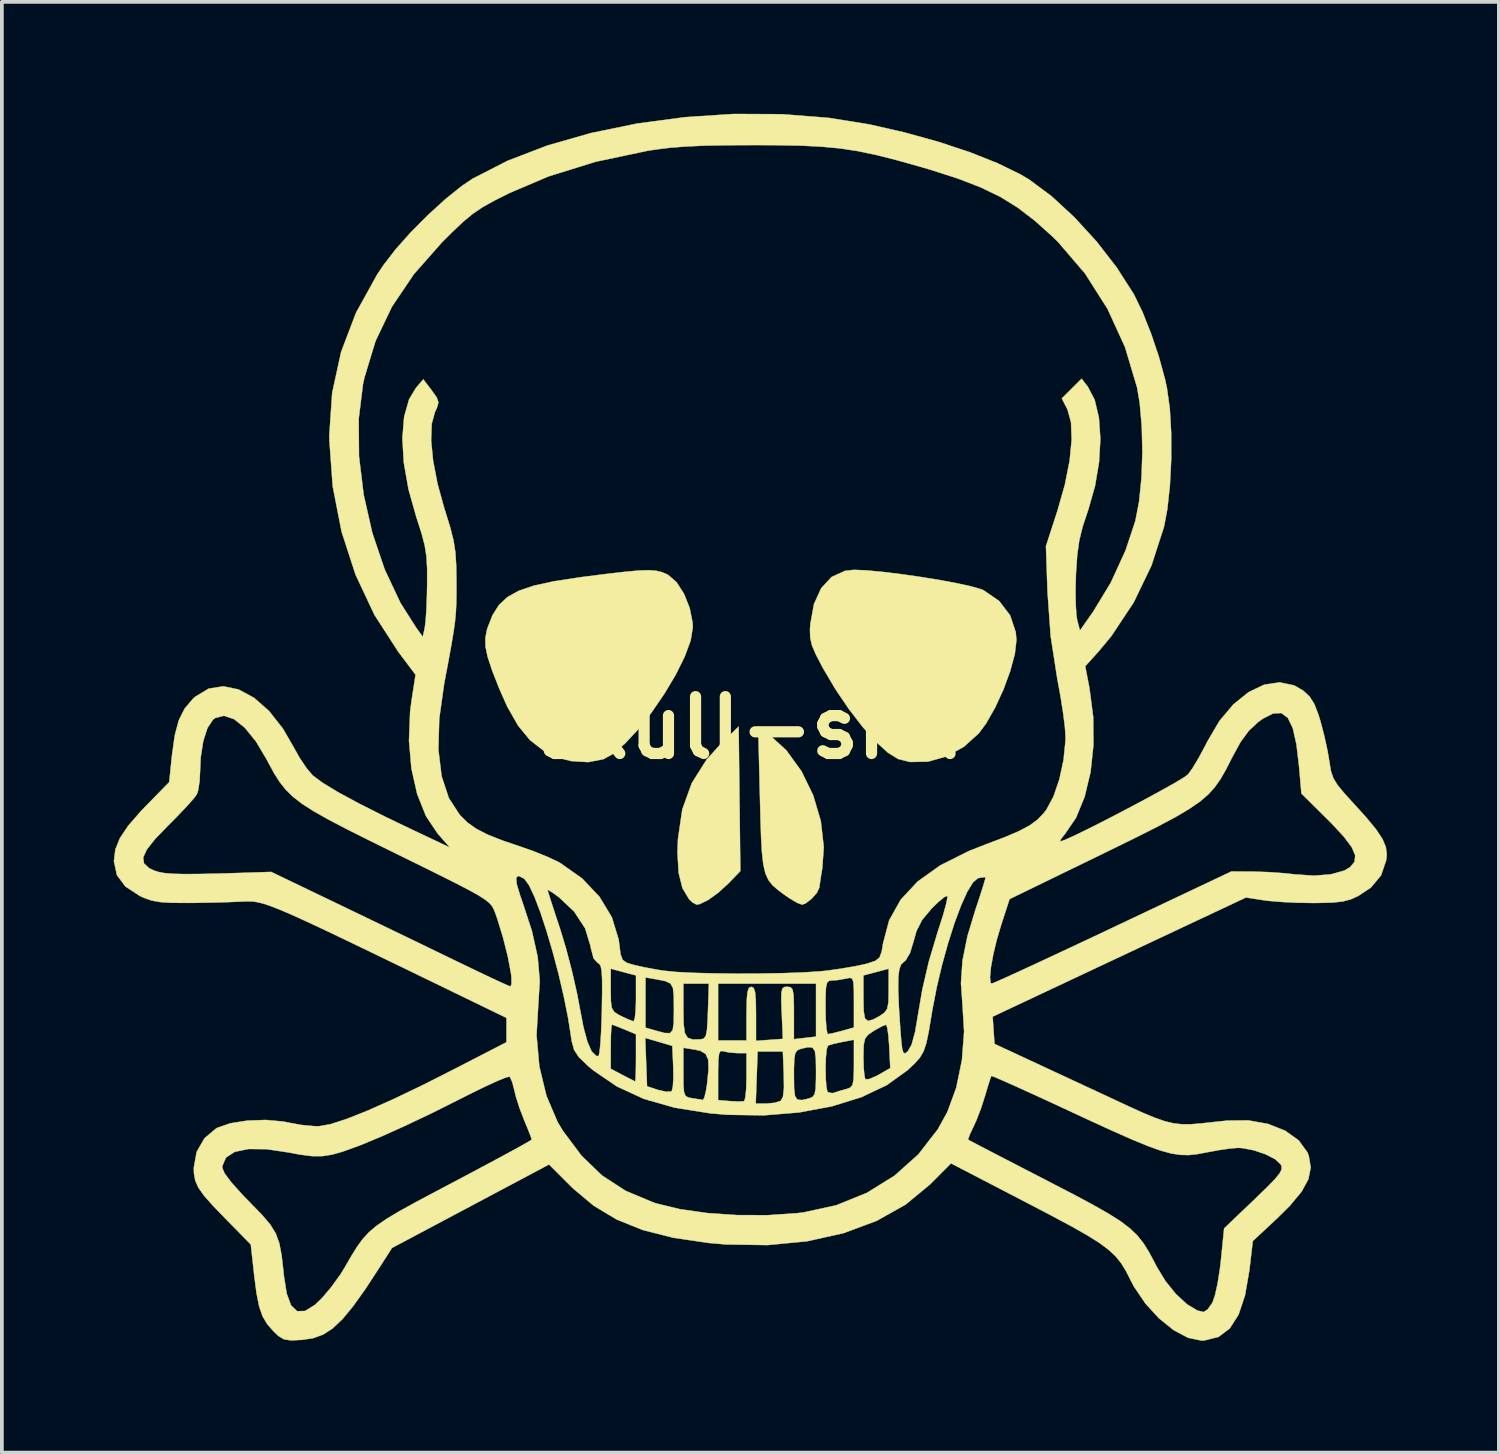
<source format=kicad_pcb>
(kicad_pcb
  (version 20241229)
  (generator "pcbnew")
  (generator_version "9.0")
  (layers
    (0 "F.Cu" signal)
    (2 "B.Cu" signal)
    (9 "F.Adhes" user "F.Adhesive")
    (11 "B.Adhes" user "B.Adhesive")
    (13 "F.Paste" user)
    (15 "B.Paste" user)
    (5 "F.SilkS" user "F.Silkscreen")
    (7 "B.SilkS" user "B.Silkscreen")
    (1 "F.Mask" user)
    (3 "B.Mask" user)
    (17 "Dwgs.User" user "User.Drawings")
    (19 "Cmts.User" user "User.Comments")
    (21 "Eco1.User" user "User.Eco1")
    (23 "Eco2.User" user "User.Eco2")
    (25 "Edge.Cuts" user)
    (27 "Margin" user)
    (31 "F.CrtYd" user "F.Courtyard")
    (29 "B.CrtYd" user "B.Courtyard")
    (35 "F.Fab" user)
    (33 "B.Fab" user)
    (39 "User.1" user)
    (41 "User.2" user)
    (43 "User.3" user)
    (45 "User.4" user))
  (footprint "skull-silk"
    (layer "F.Cu")
    (at 17.046 16.458)
    (property "Reference" "skull-silk" (at 0 0 0) (layer "F.SilkS") (effects (font (size 1.524 1.524) (thickness 0.3))))
    (attr through_hole)
    (fp_poly (pts (xy -0.251 3.842) (xy -0.57 4.172) (xy -0.846 4.424) (xy -1.119 4.62) (xy -1.346 4.728) (xy -1.422 4.741) (xy -1.532 4.684) (xy -1.627 4.593) (xy -1.802 4.3) (xy -1.904 3.895) (xy -1.936 3.363) (xy -1.923 2.984) (xy -1.807 2.189) (xy -1.553 1.484) (xy -1.154 0.852) (xy -0.784 0.443) (xy -0.296 -0.034) (xy -0.251 3.842)) (stroke (width 0.01) (type solid)) (fill yes) (layer "F.SilkS"))
    (fp_poly (pts (xy 0.491 0.157) (xy 0.98 0.602) (xy 1.389 1.166) (xy 1.703 1.813) (xy 1.907 2.504) (xy 1.986 3.202) (xy 1.945 3.768) (xy 1.902 4.029) (xy 1.874 4.225) (xy 1.868 4.281) (xy 1.801 4.423) (xy 1.656 4.587) (xy 1.494 4.711) (xy 1.406 4.741) (xy 1.278 4.695) (xy 1.073 4.575) (xy 0.947 4.489) (xy 0.757 4.348) (xy 0.61 4.219) (xy 0.5 4.078) (xy 0.421 3.902) (xy 0.365 3.666) (xy 0.329 3.349) (xy 0.305 2.926) (xy 0.287 2.373) (xy 0.275 1.892) (xy 0.228 -0.03) (xy 0.491 0.157)) (stroke (width 0.01) (type solid)) (fill yes) (layer "F.SilkS"))
    (fp_poly (pts (xy 3.13 -4.219) (xy 3.563 -4.178) (xy 4.059 -4.118) (xy 4.581 -4.043) (xy 5.093 -3.96) (xy 5.558 -3.873) (xy 5.94 -3.789) (xy 6.204 -3.713) (xy 6.265 -3.688) (xy 6.686 -3.399) (xy 6.98 -3.015) (xy 7.132 -2.561) (xy 7.15 -2.349) (xy 7.107 -1.978) (xy 6.983 -1.519) (xy 6.801 -1.023) (xy 6.578 -0.538) (xy 6.336 -0.114) (xy 6.142 0.148) (xy 5.737 0.512) (xy 5.27 0.769) (xy 4.777 0.908) (xy 4.296 0.917) (xy 3.979 0.837) (xy 3.708 0.67) (xy 3.383 0.375) (xy 3.027 -0.024) (xy 2.659 -0.501) (xy 2.299 -1.032) (xy 1.968 -1.592) (xy 1.945 -1.634) (xy 1.771 -1.968) (xy 1.669 -2.21) (xy 1.622 -2.414) (xy 1.616 -2.633) (xy 1.625 -2.777) (xy 1.722 -3.315) (xy 1.916 -3.741) (xy 2.197 -4.043) (xy 2.555 -4.206) (xy 2.794 -4.233) (xy 3.13 -4.219)) (stroke (width 0.01) (type solid)) (fill yes) (layer "F.SilkS"))
    (fp_poly (pts (xy -2.51 -4.209) (xy -2.357 -4.173) (xy -2.222 -4.116) (xy -2.191 -4.101) (xy -1.962 -3.904) (xy -1.76 -3.589) (xy -1.608 -3.207) (xy -1.53 -2.81) (xy -1.525 -2.693) (xy -1.582 -2.341) (xy -1.742 -1.907) (xy -1.983 -1.421) (xy -2.285 -0.915) (xy -2.626 -0.417) (xy -2.986 0.039) (xy -3.344 0.424) (xy -3.679 0.708) (xy -3.921 0.842) (xy -4.329 0.921) (xy -4.791 0.892) (xy -5.101 0.811) (xy -5.529 0.611) (xy -5.892 0.329) (xy -6.209 -0.058) (xy -6.502 -0.573) (xy -6.717 -1.058) (xy -6.904 -1.535) (xy -7.023 -1.895) (xy -7.082 -2.174) (xy -7.086 -2.405) (xy -7.043 -2.625) (xy -7.026 -2.681) (xy -6.894 -3.018) (xy -6.724 -3.288) (xy -6.495 -3.503) (xy -6.186 -3.674) (xy -5.776 -3.812) (xy -5.243 -3.927) (xy -4.566 -4.031) (xy -4.403 -4.053) (xy -3.79 -4.13) (xy -3.319 -4.184) (xy -2.965 -4.215) (xy -2.704 -4.223) (xy -2.51 -4.209)) (stroke (width 0.01) (type solid)) (fill yes) (layer "F.SilkS"))
    (fp_poly (pts (xy 0.863 -16.447) (xy 2.122 -16.348) (xy 3.196 -16.176) (xy 4.152 -15.958) (xy 5.064 -15.705) (xy 5.904 -15.427) (xy 6.644 -15.133) (xy 7.256 -14.834) (xy 7.489 -14.696) (xy 8.089 -14.251) (xy 8.704 -13.683) (xy 9.299 -13.033) (xy 9.837 -12.339) (xy 10.285 -11.641) (xy 10.308 -11.599) (xy 10.533 -11.136) (xy 10.759 -10.566) (xy 10.966 -9.952) (xy 11.13 -9.355) (xy 11.185 -9.102) (xy 11.261 -8.554) (xy 11.298 -7.9) (xy 11.299 -7.196) (xy 11.264 -6.497) (xy 11.195 -5.86) (xy 11.107 -5.393) (xy 10.771 -4.352) (xy 10.295 -3.363) (xy 9.698 -2.462) (xy 9.357 -2.051) (xy 8.994 -1.648) (xy 9.108 -1.057) (xy 9.207 -0.296) (xy 9.214 0.462) (xy 9.137 1.187) (xy 8.979 1.848) (xy 8.747 2.414) (xy 8.445 2.855) (xy 8.442 2.857) (xy 8.338 2.989) (xy 8.323 3.048) (xy 8.326 3.048) (xy 8.442 3.009) (xy 8.678 2.903) (xy 9.008 2.743) (xy 9.405 2.544) (xy 9.841 2.319) (xy 10.288 2.084) (xy 10.72 1.853) (xy 11.109 1.64) (xy 11.429 1.459) (xy 11.651 1.324) (xy 11.745 1.255) (xy 11.868 1.087) (xy 12.032 0.814) (xy 12.208 0.487) (xy 12.266 0.371) (xy 12.592 -0.183) (xy 12.966 -0.627) (xy 13.371 -0.954) (xy 13.79 -1.154) (xy 14.205 -1.217) (xy 14.598 -1.135) (xy 14.839 -0.994) (xy 15.009 -0.836) (xy 15.137 -0.634) (xy 15.25 -0.338) (xy 15.305 -0.155) (xy 15.405 0.229) (xy 15.491 0.626) (xy 15.542 0.93) (xy 15.58 1.162) (xy 15.645 1.351) (xy 15.76 1.539) (xy 15.953 1.771) (xy 16.151 1.989) (xy 16.525 2.401) (xy 16.79 2.723) (xy 16.96 2.978) (xy 17.051 3.193) (xy 17.077 3.393) (xy 17.062 3.549) (xy 16.924 3.956) (xy 16.652 4.283) (xy 16.311 4.509) (xy 16.113 4.599) (xy 15.898 4.656) (xy 15.622 4.686) (xy 15.236 4.696) (xy 15.113 4.697) (xy 14.684 4.69) (xy 14.256 4.669) (xy 13.899 4.639) (xy 13.784 4.624) (xy 13.301 4.55) (xy 9.906 6.147) (xy 6.512 7.744) (xy 6.537 8.109) (xy 6.562 8.474) (xy 8.932 9.576) (xy 9.587 9.881) (xy 10.11 10.125) (xy 10.525 10.314) (xy 10.857 10.453) (xy 11.129 10.548) (xy 11.365 10.604) (xy 11.589 10.629) (xy 11.825 10.628) (xy 12.096 10.606) (xy 12.427 10.57) (xy 12.796 10.53) (xy 13.366 10.524) (xy 13.895 10.619) (xy 14.354 10.801) (xy 14.715 11.059) (xy 14.949 11.38) (xy 14.986 11.474) (xy 15.038 11.784) (xy 14.977 12.097) (xy 14.794 12.434) (xy 14.478 12.814) (xy 14.145 13.144) (xy 13.486 13.758) (xy 13.394 14.54) (xy 13.278 15.212) (xy 13.105 15.73) (xy 12.869 16.1) (xy 12.567 16.328) (xy 12.194 16.422) (xy 12.103 16.425) (xy 11.748 16.351) (xy 11.361 16.144) (xy 10.972 15.831) (xy 10.61 15.436) (xy 10.304 14.985) (xy 10.207 14.801) (xy 10.085 14.56) (xy 9.959 14.355) (xy 9.811 14.17) (xy 9.622 13.993) (xy 9.374 13.808) (xy 9.047 13.603) (xy 8.624 13.363) (xy 8.085 13.075) (xy 7.46 12.748) (xy 5.396 11.676) (xy 4.837 12.238) (xy 4.181 12.78) (xy 3.403 13.217) (xy 2.517 13.547) (xy 1.537 13.765) (xy 0.477 13.867) (xy -0.649 13.849) (xy -1.108 13.809) (xy -2.054 13.669) (xy -2.866 13.463) (xy -3.567 13.18) (xy -4.182 12.812) (xy -4.738 12.346) (xy -4.799 12.286) (xy -5.379 11.706) (xy -9.589 13.944) (xy -9.909 14.444) (xy -10.3 15.042) (xy -10.631 15.506) (xy -10.918 15.854) (xy -11.18 16.101) (xy -11.434 16.265) (xy -11.697 16.361) (xy -11.989 16.406) (xy -12.015 16.408) (xy -12.301 16.421) (xy -12.485 16.392) (xy -12.631 16.304) (xy -12.756 16.187) (xy -12.931 15.989) (xy -13.058 15.776) (xy -13.15 15.509) (xy -13.221 15.15) (xy -13.284 14.662) (xy -13.285 14.651) (xy -13.373 13.851) (xy -14.043 13.169) (xy -14.386 12.814) (xy -14.625 12.544) (xy -14.776 12.33) (xy -14.861 12.142) (xy -14.896 11.951) (xy -14.901 11.794) (xy -14.139 11.794) (xy -14.075 11.946) (xy -13.889 12.193) (xy -13.591 12.524) (xy -13.414 12.706) (xy -13.086 13.042) (xy -12.857 13.309) (xy -12.705 13.553) (xy -12.608 13.821) (xy -12.545 14.158) (xy -12.494 14.611) (xy -12.486 14.69) (xy -12.411 15.168) (xy -12.294 15.484) (xy -12.131 15.639) (xy -11.919 15.634) (xy -11.657 15.471) (xy -11.471 15.295) (xy -11.221 15) (xy -10.971 14.654) (xy -10.856 14.468) (xy -10.68 14.163) (xy -10.526 13.914) (xy -10.374 13.705) (xy -10.204 13.52) (xy -9.996 13.345) (xy -9.73 13.162) (xy -9.387 12.957) (xy -8.946 12.714) (xy -8.388 12.417) (xy -7.965 12.194) (xy -7.418 11.904) (xy -6.923 11.64) (xy -6.5 11.412) (xy -6.166 11.229) (xy -5.941 11.102) (xy -5.844 11.042) (xy -5.842 11.039) (xy -5.872 10.947) (xy -5.951 10.746) (xy -6.046 10.517) (xy -6.169 10.196) (xy -6.269 9.882) (xy -6.309 9.714) (xy -6.365 9.498) (xy -6.427 9.364) (xy -6.44 9.352) (xy -6.536 9.374) (xy -6.754 9.463) (xy -7.069 9.607) (xy -7.452 9.793) (xy -7.722 9.929) (xy -8.499 10.319) (xy -9.226 10.665) (xy -9.883 10.96) (xy -10.45 11.195) (xy -10.907 11.361) (xy -11.194 11.442) (xy -11.457 11.483) (xy -11.726 11.483) (xy -12.058 11.441) (xy -12.354 11.385) (xy -12.949 11.296) (xy -13.435 11.291) (xy -13.803 11.367) (xy -14.04 11.521) (xy -14.138 11.752) (xy -14.139 11.794) (xy -14.901 11.794) (xy -14.901 11.794) (xy -14.825 11.369) (xy -14.614 11.002) (xy -14.295 10.735) (xy -14.273 10.724) (xy -13.92 10.602) (xy -13.467 10.53) (xy -12.974 10.513) (xy -12.504 10.555) (xy -12.352 10.586) (xy -12.014 10.647) (xy -11.674 10.679) (xy -11.54 10.68) (xy -11.241 10.627) (xy -10.806 10.487) (xy -10.244 10.264) (xy -9.563 9.961) (xy -8.771 9.582) (xy -7.938 9.16) (xy -6.519 8.429) (xy -6.519 7.777) (xy -8.445 6.842) (xy -9.394 6.382) (xy -10.202 5.991) (xy -10.884 5.663) (xy -11.452 5.392) (xy -11.92 5.174) (xy -12.299 5.002) (xy -12.604 4.872) (xy -12.846 4.778) (xy -13.038 4.714) (xy -13.195 4.675) (xy -13.327 4.656) (xy -13.449 4.652) (xy -13.573 4.656) (xy -13.631 4.659) (xy -13.964 4.673) (xy -14.395 4.685) (xy -14.854 4.693) (xy -15.071 4.695) (xy -15.499 4.692) (xy -15.805 4.672) (xy -16.037 4.63) (xy -16.241 4.557) (xy -16.355 4.504) (xy -16.736 4.254) (xy -16.962 3.95) (xy -17.041 3.582) (xy -17.041 3.559) (xy -17.03 3.474) (xy -16.258 3.474) (xy -16.237 3.635) (xy -16.102 3.761) (xy -15.981 3.821) (xy -15.854 3.864) (xy -15.692 3.895) (xy -15.473 3.914) (xy -15.174 3.922) (xy -14.771 3.92) (xy -14.244 3.909) (xy -13.631 3.89) (xy -12.827 3.864) (xy -10.88 4.8) (xy -10.26 5.098) (xy -9.609 5.412) (xy -8.968 5.721) (xy -8.38 6.006) (xy -7.884 6.246) (xy -7.705 6.332) (xy -7.286 6.534) (xy -6.92 6.708) (xy -6.635 6.84) (xy -6.457 6.919) (xy -6.412 6.935) (xy -6.384 6.866) (xy -6.387 6.682) (xy -6.399 6.583) (xy -6.482 6.14) (xy -6.611 5.627) (xy -6.762 5.131) (xy -6.825 4.953) (xy -6.863 4.859) (xy -6.91 4.776) (xy -6.983 4.693) (xy -7.098 4.602) (xy -7.27 4.492) (xy -7.517 4.354) (xy -7.853 4.179) (xy -8.18 4.015) (xy -6.26 4.015) (xy -6.246 4.187) (xy -6.153 4.497) (xy -6.097 4.654) (xy -5.838 5.446) (xy -5.683 6.144) (xy -5.628 6.784) (xy -5.665 7.389) (xy -5.714 8.24) (xy -5.639 9.079) (xy -5.448 9.868) (xy -5.148 10.57) (xy -5.011 10.799) (xy -4.506 11.474) (xy -3.954 12.005) (xy -3.325 12.413) (xy -2.59 12.721) (xy -2.498 12.752) (xy -1.877 12.903) (xy -1.142 13.008) (xy -0.342 13.063) (xy 0.476 13.066) (xy 1.261 13.013) (xy 1.439 12.992) (xy 2.322 12.799) (xy 3.142 12.466) (xy 3.882 12.007) (xy 4.522 11.435) (xy 4.839 11.025) (xy 5.856 11.025) (xy 5.857 11.044) (xy 5.937 11.086) (xy 6.147 11.197) (xy 6.469 11.364) (xy 6.884 11.579) (xy 7.371 11.831) (xy 7.912 12.11) (xy 7.983 12.147) (xy 8.651 12.493) (xy 9.187 12.779) (xy 9.61 13.019) (xy 9.94 13.228) (xy 10.195 13.422) (xy 10.395 13.615) (xy 10.559 13.822) (xy 10.706 14.059) (xy 10.857 14.341) (xy 10.904 14.436) (xy 11.142 14.829) (xy 11.423 15.177) (xy 11.719 15.451) (xy 11.998 15.62) (xy 12.169 15.661) (xy 12.273 15.594) (xy 12.393 15.428) (xy 12.408 15.4) (xy 12.475 15.203) (xy 12.544 14.888) (xy 12.604 14.507) (xy 12.631 14.278) (xy 12.717 13.42) (xy 13.523 12.65) (xy 13.852 12.332) (xy 14.073 12.106) (xy 14.202 11.949) (xy 14.258 11.838) (xy 14.256 11.752) (xy 14.236 11.706) (xy 14.09 11.568) (xy 13.831 11.434) (xy 13.515 11.326) (xy 13.199 11.266) (xy 13.087 11.261) (xy 12.872 11.278) (xy 12.56 11.324) (xy 12.225 11.386) (xy 11.986 11.431) (xy 11.764 11.454) (xy 11.542 11.449) (xy 11.298 11.411) (xy 11.013 11.333) (xy 10.668 11.209) (xy 10.241 11.033) (xy 9.714 10.8) (xy 9.066 10.503) (xy 8.604 10.288) (xy 8.053 10.032) (xy 7.553 9.803) (xy 7.127 9.609) (xy 6.792 9.46) (xy 6.569 9.364) (xy 6.478 9.331) (xy 6.477 9.331) (xy 6.444 9.419) (xy 6.38 9.623) (xy 6.31 9.861) (xy 6.201 10.2) (xy 6.074 10.528) (xy 5.998 10.695) (xy 5.902 10.898) (xy 5.856 11.025) (xy 4.839 11.025) (xy 5.042 10.764) (xy 5.3 10.296) (xy 5.537 9.647) (xy 5.689 8.909) (xy 5.747 8.146) (xy 5.705 7.442) (xy 5.663 6.847) (xy 5.674 6.685) (xy 6.441 6.685) (xy 6.457 6.835) (xy 6.486 6.858) (xy 6.576 6.823) (xy 6.803 6.723) (xy 7.15 6.565) (xy 7.601 6.357) (xy 8.139 6.106) (xy 8.748 5.821) (xy 9.412 5.509) (xy 9.736 5.355) (xy 12.912 3.852) (xy 13.504 3.856) (xy 13.909 3.869) (xy 14.34 3.9) (xy 14.617 3.93) (xy 15.125 3.965) (xy 15.579 3.929) (xy 15.939 3.828) (xy 16.096 3.735) (xy 16.214 3.592) (xy 16.231 3.42) (xy 16.139 3.203) (xy 15.93 2.923) (xy 15.596 2.563) (xy 15.478 2.445) (xy 14.789 1.763) (xy 14.725 1.029) (xy 14.655 0.44) (xy 14.558 0.011) (xy 14.426 -0.264) (xy 14.253 -0.394) (xy 14.033 -0.385) (xy 13.757 -0.245) (xy 13.628 -0.152) (xy 13.382 0.076) (xy 13.158 0.381) (xy 12.925 0.807) (xy 12.917 0.823) (xy 12.766 1.121) (xy 12.622 1.373) (xy 12.468 1.592) (xy 12.287 1.792) (xy 12.061 1.984) (xy 11.774 2.181) (xy 11.408 2.397) (xy 10.945 2.643) (xy 10.368 2.934) (xy 9.661 3.281) (xy 9.446 3.386) (xy 6.966 4.592) (xy 6.741 5.284) (xy 6.621 5.69) (xy 6.528 6.08) (xy 6.466 6.422) (xy 6.441 6.685) (xy 5.674 6.685) (xy 5.704 6.242) (xy 5.837 5.585) (xy 6.053 4.871) (xy 6.169 4.522) (xy 6.259 4.24) (xy 6.312 4.057) (xy 6.32 4.006) (xy 6.234 4.009) (xy 6.116 4.034) (xy 5.985 4.144) (xy 5.831 4.397) (xy 5.664 4.768) (xy 5.49 5.234) (xy 5.318 5.771) (xy 5.156 6.355) (xy 5.012 6.962) (xy 4.895 7.569) (xy 4.874 7.696) (xy 4.801 8.136) (xy 4.736 8.448) (xy 4.662 8.671) (xy 4.561 8.843) (xy 4.417 9.005) (xy 4.227 9.182) (xy 3.677 9.578) (xy 2.994 9.902) (xy 2.201 10.148) (xy 1.322 10.312) (xy 0.38 10.389) (xy -0.603 10.374) (xy -1.058 10.335) (xy -2.014 10.183) (xy -2.39 10.075) (xy 0.162 10.075) (xy 0.441 10.074) (xy 0.669 10.053) (xy 0.828 10.004) (xy 0.829 10.003) (xy 0.891 9.896) (xy 0.918 9.663) (xy 0.914 9.323) (xy 1.185 9.323) (xy 1.19 9.671) (xy 1.216 9.877) (xy 1.283 9.97) (xy 1.407 9.979) (xy 1.587 9.937) (xy 1.683 9.899) (xy 1.74 9.822) (xy 1.768 9.67) (xy 1.777 9.404) (xy 1.778 9.219) (xy 1.777 9.111) (xy 2.033 9.111) (xy 2.038 9.393) (xy 2.055 9.627) (xy 2.085 9.76) (xy 2.091 9.768) (xy 2.212 9.795) (xy 2.268 9.781) (xy 2.442 9.725) (xy 2.59 9.685) (xy 2.694 9.647) (xy 2.755 9.575) (xy 2.784 9.428) (xy 2.793 9.169) (xy 2.794 8.998) (xy 2.794 8.832) (xy 3.048 8.832) (xy 3.056 9.119) (xy 3.076 9.334) (xy 3.101 9.423) (xy 3.2 9.417) (xy 3.384 9.341) (xy 3.461 9.299) (xy 3.768 9.123) (xy 3.74 8.541) (xy 3.718 8.252) (xy 3.688 8.043) (xy 3.656 7.959) (xy 3.655 7.959) (xy 3.552 7.999) (xy 3.37 8.099) (xy 3.323 8.127) (xy 3.173 8.229) (xy 3.091 8.337) (xy 3.056 8.502) (xy 3.048 8.777) (xy 3.048 8.832) (xy 2.794 8.832) (xy 2.794 8.363) (xy 2.477 8.423) (xy 2.255 8.471) (xy 2.11 8.515) (xy 2.096 8.522) (xy 2.063 8.621) (xy 2.042 8.836) (xy 2.033 9.111) (xy 1.777 9.111) (xy 1.773 8.871) (xy 1.747 8.665) (xy 1.681 8.572) (xy 1.556 8.563) (xy 1.376 8.605) (xy 1.28 8.643) (xy 1.223 8.72) (xy 1.195 8.872) (xy 1.186 9.138) (xy 1.185 9.323) (xy 0.914 9.323) (xy 0.914 9.306) (xy 0.889 8.678) (xy 0.212 8.678) (xy 0.187 9.377) (xy 0.162 10.075) (xy -2.39 10.075) (xy -2.841 9.946) (xy -3.563 9.613) (xy -4.201 9.177) (xy -4.347 9.053) (xy -4.578 8.83) (xy -4.706 8.637) (xy -4.77 8.406) (xy -4.784 8.315) (xy -4.867 7.782) (xy -4.983 7.203) (xy -5.123 6.603) (xy -5.28 6.01) (xy -5.445 5.449) (xy -5.611 4.946) (xy -5.77 4.529) (xy -5.856 4.347) (xy -5.419 4.347) (xy -5.393 4.437) (xy -5.324 4.656) (xy -5.221 4.972) (xy -5.095 5.353) (xy -5.08 5.397) (xy -4.921 5.924) (xy -4.763 6.529) (xy -4.628 7.123) (xy -4.565 7.459) (xy -4.458 8.017) (xy -4.35 8.418) (xy -4.238 8.672) (xy -4.117 8.792) (xy -4.055 8.805) (xy -4.03 8.726) (xy -4.01 8.549) (xy -3.725 8.549) (xy -3.725 9.14) (xy -3.408 9.308) (xy -3.208 9.411) (xy -3.085 9.473) (xy -3.069 9.479) (xy -3.059 9.403) (xy -3.052 9.199) (xy -3.048 8.908) (xy -3.048 8.849) (xy -3.048 8.313) (xy -2.801 8.313) (xy -2.776 8.961) (xy -2.752 9.61) (xy -2.455 9.708) (xy -2.244 9.756) (xy -2.104 9.75) (xy -2.091 9.741) (xy -2.061 9.63) (xy -2.046 9.4) (xy -2.047 9.236) (xy -1.778 9.236) (xy -1.776 9.567) (xy -1.761 9.765) (xy -1.72 9.868) (xy -1.642 9.912) (xy -1.545 9.93) (xy -1.354 9.96) (xy -1.255 9.978) (xy -1.214 9.909) (xy -1.169 9.719) (xy -1.141 9.54) (xy -1.118 9.299) (xy -0.847 9.299) (xy -0.847 9.98) (xy -0.529 10.008) (xy -0.306 10.019) (xy -0.161 10.012) (xy -0.148 10.008) (xy -0.118 9.916) (xy -0.095 9.699) (xy -0.085 9.401) (xy -0.085 9.351) (xy -0.085 8.721) (xy -0.332 8.721) (xy -0.561 8.703) (xy -0.713 8.669) (xy -0.78 8.665) (xy -0.82 8.735) (xy -0.84 8.909) (xy -0.847 9.217) (xy -0.847 9.299) (xy -1.118 9.299) (xy -1.103 9.151) (xy -1.113 8.896) (xy -1.181 8.743) (xy -1.32 8.661) (xy -1.46 8.629) (xy -1.778 8.578) (xy -1.778 9.236) (xy -2.047 9.236) (xy -2.049 9.102) (xy -2.074 8.527) (xy -2.801 8.313) (xy -3.048 8.313) (xy -3.048 8.215) (xy -3.355 8.087) (xy -3.475 8.038) (xy -2.794 8.038) (xy -2.519 8.118) (xy -2.284 8.181) (xy -2.14 8.186) (xy -2.065 8.106) (xy -2.037 7.913) (xy -2.032 7.582) (xy -2.032 7.533) (xy -2.035 7.187) (xy -2.058 6.974) (xy -2.123 6.858) (xy -1.778 6.858) (xy -1.778 7.571) (xy -1.771 7.947) (xy -1.738 8.184) (xy -1.662 8.31) (xy -1.525 8.357) (xy -1.312 8.352) (xy -1.23 8.331) (xy -1.178 8.26) (xy -1.146 8.106) (xy -1.127 7.836) (xy -1.119 7.599) (xy -1.094 6.858) (xy -0.847 6.858) (xy -0.847 8.382) (xy -0.085 8.382) (xy -0.085 7.662) (xy -0.079 7.303) (xy -0.06 7.082) (xy -0.02 6.972) (xy 0.042 6.943) (xy 0.106 6.973) (xy 0.144 7.085) (xy 0.164 7.306) (xy 0.169 7.667) (xy 0.169 8.392) (xy 0.529 8.366) (xy 0.889 8.34) (xy 0.859 7.641) (xy 0.846 7.299) (xy 0.851 7.091) (xy 0.879 6.985) (xy 0.939 6.947) (xy 1.007 6.943) (xy 1.094 6.954) (xy 1.147 7.012) (xy 1.174 7.149) (xy 1.184 7.399) (xy 1.185 7.645) (xy 1.185 8.348) (xy 1.482 8.313) (xy 1.778 8.279) (xy 1.778 7.493) (xy 2.032 7.493) (xy 2.039 7.818) (xy 2.057 8.067) (xy 2.084 8.2) (xy 2.095 8.212) (xy 2.212 8.191) (xy 2.42 8.139) (xy 2.477 8.124) (xy 2.794 8.035) (xy 2.794 7.352) (xy 2.792 7.015) (xy 2.779 6.816) (xy 2.746 6.722) (xy 2.683 6.703) (xy 2.603 6.72) (xy 2.358 6.763) (xy 2.223 6.772) (xy 2.13 6.782) (xy 2.074 6.833) (xy 2.045 6.959) (xy 2.034 7.192) (xy 2.032 7.493) (xy 1.778 7.493) (xy 1.778 6.858) (xy -0.847 6.858) (xy -1.094 6.858) (xy -1.778 6.858) (xy -2.123 6.858) (xy -2.126 6.854) (xy -2.26 6.791) (xy -2.485 6.746) (xy -2.519 6.74) (xy -2.794 6.693) (xy -2.794 8.038) (xy -3.475 8.038) (xy -3.557 8.005) (xy -3.681 7.961) (xy -3.693 7.959) (xy -3.709 8.036) (xy -3.721 8.24) (xy -3.725 8.528) (xy -3.725 8.549) (xy -4.01 8.549) (xy -4.005 8.506) (xy -3.984 8.177) (xy -3.967 7.768) (xy -3.963 7.577) (xy -3.955 7.091) (xy -3.955 7.024) (xy -3.725 7.024) (xy -3.721 7.327) (xy -3.697 7.508) (xy -3.634 7.615) (xy -3.513 7.694) (xy -3.45 7.726) (xy -3.252 7.818) (xy -3.122 7.867) (xy -3.111 7.869) (xy -3.081 7.794) (xy -3.058 7.591) (xy -3.048 7.302) (xy -3.048 7.256) (xy -3.048 6.639) (xy 3.048 6.639) (xy 3.048 7.256) (xy 3.056 7.599) (xy 3.091 7.794) (xy 3.172 7.86) (xy 3.319 7.817) (xy 3.479 7.729) (xy 3.611 7.639) (xy 3.685 7.534) (xy 3.718 7.366) (xy 3.725 7.085) (xy 3.725 7.021) (xy 3.725 7.02) (xy 3.98 7.02) (xy 3.998 7.47) (xy 4.034 8.032) (xy 4.062 8.394) (xy 4.089 8.613) (xy 4.122 8.715) (xy 4.169 8.726) (xy 4.237 8.675) (xy 4.34 8.495) (xy 4.432 8.159) (xy 4.485 7.848) (xy 4.626 7.021) (xy 4.804 6.258) (xy 5.042 5.462) (xy 5.088 5.323) (xy 5.194 4.988) (xy 5.268 4.716) (xy 5.301 4.545) (xy 5.297 4.507) (xy 5.219 4.537) (xy 5.062 4.665) (xy 4.875 4.847) (xy 4.623 5.149) (xy 4.471 5.447) (xy 4.396 5.713) (xy 4.298 6.035) (xy 4.181 6.235) (xy 4.134 6.273) (xy 4.059 6.345) (xy 4.009 6.479) (xy 3.983 6.697) (xy 3.98 7.02) (xy 3.725 7.02) (xy 3.725 6.458) (xy 3.387 6.549) (xy 3.048 6.639) (xy -3.048 6.639) (xy -3.387 6.549) (xy -3.725 6.458) (xy -3.725 7.024) (xy -3.955 7.024) (xy -3.956 6.749) (xy -3.968 6.524) (xy -3.994 6.391) (xy -4.035 6.325) (xy -4.075 6.304) (xy -4.185 6.182) (xy -4.259 5.9) (xy -4.267 5.85) (xy -4.411 5.377) (xy -4.705 4.927) (xy -5.108 4.547) (xy -5.29 4.415) (xy -5.402 4.348) (xy -5.419 4.347) (xy -5.856 4.347) (xy -5.915 4.222) (xy -6.037 4.053) (xy -6.049 4.044) (xy -6.195 3.97) (xy -6.26 4.015) (xy -8.18 4.015) (xy -8.295 3.957) (xy -8.859 3.678) (xy -9.472 3.377) (xy -10.216 3.01) (xy -10.825 2.705) (xy -11.316 2.447) (xy -11.706 2.226) (xy -12.013 2.028) (xy -12.253 1.84) (xy -12.444 1.651) (xy -12.604 1.448) (xy -12.749 1.217) (xy -12.896 0.948) (xy -12.949 0.847) (xy -13.238 0.362) (xy -13.534 -0.001) (xy -13.822 -0.232) (xy -14.091 -0.322) (xy -14.328 -0.262) (xy -14.388 -0.216) (xy -14.535 0.006) (xy -14.648 0.357) (xy -14.716 0.794) (xy -14.732 1.144) (xy -14.747 1.439) (xy -14.786 1.685) (xy -14.82 1.784) (xy -14.914 1.909) (xy -15.102 2.119) (xy -15.353 2.383) (xy -15.582 2.613) (xy -15.936 2.979) (xy -16.159 3.261) (xy -16.258 3.474) (xy -17.03 3.474) (xy -17.004 3.262) (xy -16.883 2.961) (xy -16.661 2.629) (xy -16.322 2.238) (xy -16.153 2.063) (xy -15.56 1.458) (xy -15.487 0.747) (xy -15.413 0.21) (xy -15.305 -0.197) (xy -15.148 -0.512) (xy -14.927 -0.773) (xy -14.86 -0.834) (xy -14.502 -1.049) (xy -14.11 -1.111) (xy -13.699 -1.026) (xy -13.285 -0.802) (xy -12.883 -0.448) (xy -12.509 0.028) (xy -12.245 0.485) (xy -12.067 0.801) (xy -11.878 1.084) (xy -11.717 1.274) (xy -11.713 1.278) (xy -11.452 1.473) (xy -11.037 1.725) (xy -10.47 2.032) (xy -9.757 2.391) (xy -9.097 2.708) (xy -8.035 3.21) (xy -8.365 2.835) (xy -8.678 2.367) (xy -8.914 1.775) (xy -9.068 1.092) (xy -9.133 0.347) (xy -9.103 -0.428) (xy -9.062 -0.746) (xy -8.957 -1.421) (xy -9.425 -2.044) (xy -10.058 -3.024) (xy -10.566 -4.104) (xy -10.941 -5.261) (xy -11.178 -6.475) (xy -11.268 -7.722) (xy -11.269 -7.832) (xy -11.239 -8.279) (xy -10.481 -8.279) (xy -10.473 -7.278) (xy -10.348 -6.247) (xy -10.116 -5.223) (xy -9.784 -4.243) (xy -9.361 -3.346) (xy -8.939 -2.68) (xy -8.763 -2.44) (xy -8.71 -2.68) (xy -8.686 -2.864) (xy -8.666 -3.17) (xy -8.652 -3.549) (xy -8.646 -3.836) (xy -8.646 -4.265) (xy -8.665 -4.595) (xy -8.712 -4.891) (xy -8.797 -5.216) (xy -8.932 -5.634) (xy -8.937 -5.649) (xy -9.147 -6.396) (xy -9.272 -7.108) (xy -9.31 -7.762) (xy -9.263 -8.335) (xy -9.13 -8.805) (xy -8.944 -9.113) (xy -8.749 -9.339) (xy -8.523 -9.043) (xy -8.387 -8.851) (xy -8.344 -8.719) (xy -8.385 -8.574) (xy -8.436 -8.469) (xy -8.524 -8.148) (xy -8.54 -7.701) (xy -8.486 -7.155) (xy -8.367 -6.537) (xy -8.184 -5.874) (xy -8.163 -5.809) (xy -8.027 -5.369) (xy -7.939 -5.021) (xy -7.889 -4.701) (xy -7.867 -4.343) (xy -7.861 -3.944) (xy -7.861 -3.608) (xy -7.865 -3.333) (xy -7.877 -3.087) (xy -7.901 -2.836) (xy -7.942 -2.549) (xy -8.002 -2.192) (xy -8.086 -1.731) (xy -8.189 -1.188) (xy -8.322 -0.245) (xy -8.345 0.585) (xy -8.259 1.296) (xy -8.064 1.886) (xy -7.773 2.335) (xy -7.568 2.538) (xy -7.327 2.71) (xy -7.017 2.868) (xy -6.602 3.031) (xy -6.181 3.173) (xy -5.799 3.307) (xy -5.429 3.456) (xy -5.138 3.592) (xy -5.085 3.621) (xy -4.494 4.037) (xy -4.025 4.532) (xy -3.693 5.084) (xy -3.513 5.676) (xy -3.495 5.811) (xy -3.461 6.075) (xy -3.406 6.221) (xy -3.297 6.299) (xy -3.122 6.353) (xy -2.847 6.416) (xy -2.503 6.481) (xy -2.309 6.512) (xy -1.978 6.545) (xy -1.516 6.569) (xy -0.961 6.584) (xy -0.352 6.591) (xy 0.273 6.589) (xy 0.877 6.578) (xy 1.421 6.559) (xy 1.867 6.531) (xy 2.059 6.512) (xy 2.449 6.457) (xy 2.819 6.394) (xy 3.105 6.333) (xy 3.159 6.318) (xy 3.366 6.249) (xy 3.479 6.161) (xy 3.538 6.002) (xy 3.576 5.773) (xy 3.739 5.16) (xy 4.046 4.611) (xy 4.501 4.122) (xy 5.109 3.688) (xy 5.873 3.305) (xy 6.308 3.134) (xy 6.828 2.937) (xy 7.215 2.772) (xy 7.5 2.621) (xy 7.711 2.467) (xy 7.878 2.293) (xy 7.954 2.194) (xy 8.143 1.843) (xy 8.301 1.38) (xy 8.413 0.862) (xy 8.465 0.343) (xy 8.466 0.237) (xy 8.449 -0.02) (xy 8.402 -0.394) (xy 8.333 -0.835) (xy 8.249 -1.293) (xy 8.245 -1.312) (xy 8.068 -2.453) (xy 7.983 -3.641) (xy 7.941 -4.868) (xy 8.252 -5.826) (xy 8.448 -6.517) (xy 8.576 -7.159) (xy 8.631 -7.725) (xy 8.613 -8.191) (xy 8.518 -8.533) (xy 8.512 -8.545) (xy 8.366 -8.828) (xy 8.897 -9.356) (xy 9.062 -9.144) (xy 9.248 -8.788) (xy 9.361 -8.311) (xy 9.4 -7.746) (xy 9.365 -7.124) (xy 9.256 -6.477) (xy 9.074 -5.838) (xy 9.06 -5.798) (xy 8.923 -5.386) (xy 8.834 -5.021) (xy 8.78 -4.634) (xy 8.747 -4.155) (xy 8.745 -4.106) (xy 8.734 -3.694) (xy 8.739 -3.317) (xy 8.757 -3.023) (xy 8.778 -2.89) (xy 8.852 -2.606) (xy 9.211 -3.118) (xy 9.681 -3.893) (xy 10.075 -4.754) (xy 10.338 -5.546) (xy 10.439 -6.069) (xy 10.502 -6.701) (xy 10.526 -7.389) (xy 10.51 -8.077) (xy 10.454 -8.71) (xy 10.384 -9.122) (xy 10.061 -10.202) (xy 9.592 -11.228) (xy 8.99 -12.175) (xy 8.27 -13.016) (xy 8.112 -13.171) (xy 7.642 -13.593) (xy 7.189 -13.94) (xy 6.718 -14.232) (xy 6.193 -14.486) (xy 5.581 -14.722) (xy 4.846 -14.958) (xy 4.608 -15.028) (xy 3.958 -15.211) (xy 3.403 -15.352) (xy 2.904 -15.457) (xy 2.42 -15.531) (xy 1.911 -15.578) (xy 1.338 -15.606) (xy 0.66 -15.617) (xy 0.169 -15.619) (xy -0.576 -15.616) (xy -1.184 -15.605) (xy -1.687 -15.583) (xy -2.118 -15.55) (xy -2.507 -15.502) (xy -2.739 -15.466) (xy -4.131 -15.172) (xy -5.395 -14.779) (xy -6.433 -14.337) (xy -6.839 -14.134) (xy -7.152 -13.96) (xy -7.417 -13.782) (xy -7.677 -13.567) (xy -7.975 -13.285) (xy -8.254 -13.007) (xy -9.002 -12.159) (xy -9.591 -11.285) (xy -10.03 -10.366) (xy -10.328 -9.386) (xy -10.366 -9.211) (xy -10.481 -8.279) (xy -11.239 -8.279) (xy -11.192 -8.975) (xy -10.954 -10.07) (xy -10.553 -11.124) (xy -9.988 -12.145) (xy -9.816 -12.403) (xy -9.489 -12.827) (xy -9.077 -13.289) (xy -8.618 -13.75) (xy -8.151 -14.175) (xy -7.713 -14.526) (xy -7.428 -14.718) (xy -6.49 -15.198) (xy -5.424 -15.607) (xy -4.258 -15.941) (xy -3.019 -16.196) (xy -1.734 -16.367) (xy -0.431 -16.453) (xy 0.863 -16.447)) (stroke (width 0.01) (type solid)) (fill yes) (layer "F.SilkS")))
  (gr_rect
    (start -3 -3)
    (end 37.128 35.888)
    (stroke (width 0.1) (type default))
    (fill no)
    (layer "Edge.Cuts")))
</source>
